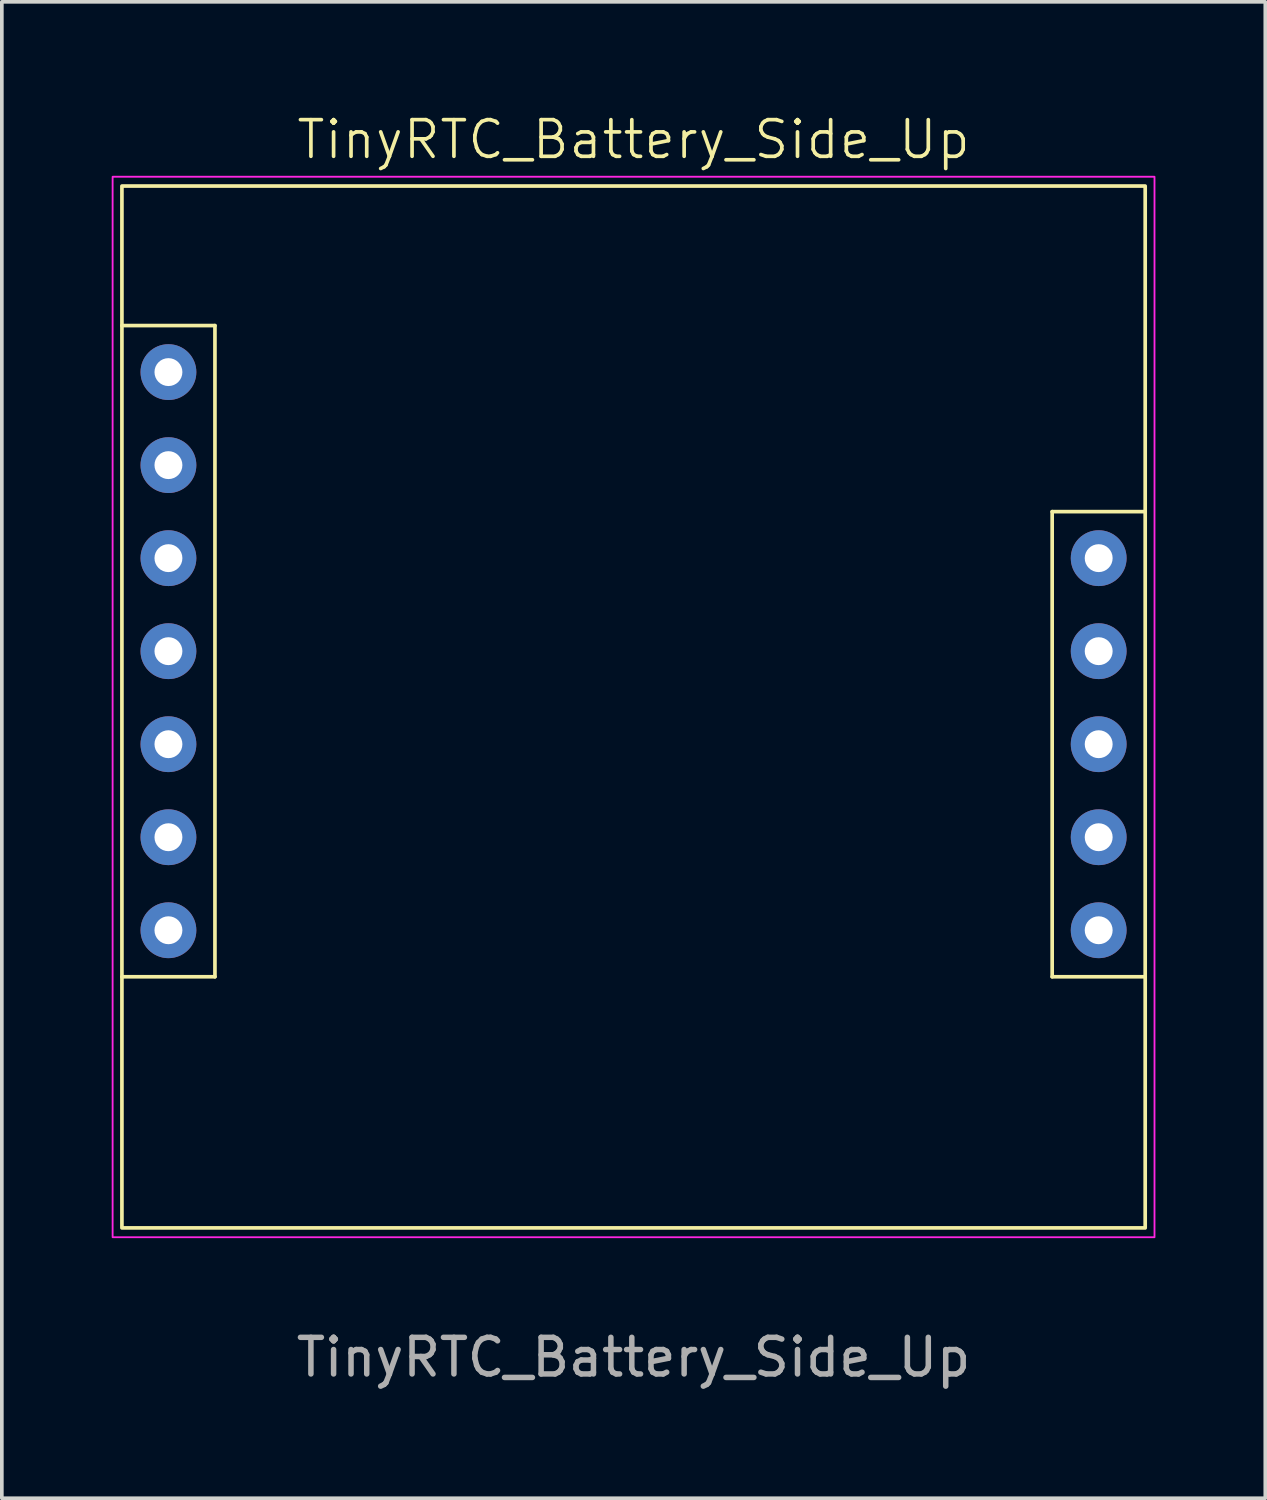
<source format=kicad_pcb>
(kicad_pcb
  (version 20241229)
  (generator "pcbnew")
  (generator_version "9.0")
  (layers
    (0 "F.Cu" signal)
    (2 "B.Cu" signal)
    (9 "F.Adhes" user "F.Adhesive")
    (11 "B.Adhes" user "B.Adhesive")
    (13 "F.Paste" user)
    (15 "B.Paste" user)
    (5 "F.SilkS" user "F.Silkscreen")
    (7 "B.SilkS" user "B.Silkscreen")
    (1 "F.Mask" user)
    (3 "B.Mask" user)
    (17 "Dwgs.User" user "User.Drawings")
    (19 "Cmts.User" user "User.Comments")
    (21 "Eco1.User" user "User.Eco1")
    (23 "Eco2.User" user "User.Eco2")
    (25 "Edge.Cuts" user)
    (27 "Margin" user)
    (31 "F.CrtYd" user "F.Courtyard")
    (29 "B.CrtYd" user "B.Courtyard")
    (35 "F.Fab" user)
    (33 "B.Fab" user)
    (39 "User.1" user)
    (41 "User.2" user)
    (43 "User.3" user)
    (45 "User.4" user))
  (footprint "TinyRTC_Battery_Side_Up"
    (layer "F.Cu")
    (at 14.249 14.73)
    (property "Reference" "TinyRTC_Battery_Side_Up" (at 0 -13.97 0) (unlocked yes) (layer "F.SilkS") (effects (font (size 1 1) (thickness 0.1))))
    (attr through_hole)
    (fp_line (start -13.97 -8.89) (end -11.43 -8.89) (stroke (width 0.1) (type default)) (layer "F.SilkS"))
    (fp_line (start -11.43 -8.89) (end -11.43 8.89) (stroke (width 0.1) (type default)) (layer "F.SilkS"))
    (fp_line (start -11.43 8.89) (end -13.97 8.89) (stroke (width 0.1) (type default)) (layer "F.SilkS"))
    (fp_line (start 11.43 -3.81) (end 11.43 8.89) (stroke (width 0.1) (type default)) (layer "F.SilkS"))
    (fp_line (start 11.43 8.89) (end 13.97 8.89) (stroke (width 0.1) (type default)) (layer "F.SilkS"))
    (fp_line (start 13.97 -3.81) (end 11.43 -3.81) (stroke (width 0.1) (type default)) (layer "F.SilkS"))
    (fp_rect (start -13.97 -12.7) (end 13.97 15.748) (stroke (width 0.1) (type default)) (fill no) (layer "F.SilkS"))
    (fp_rect (start -14.224 -12.954) (end 14.224 16.002) (stroke (width 0.05) (type default)) (fill no) (layer "F.CrtYd"))
    (fp_text user "${REFERENCE}" (at 0 19.28 0) (unlocked yes) (layer "F.Fab") (effects (font (size 1 1) (thickness 0.15))))
    (pad "1" thru_hole circle (at -12.7 -7.62) (size 1.524 1.524) (drill 0.762) (layers "*.Cu" "*.Mask"))
    (pad "2" thru_hole circle (at -12.7 -5.08) (size 1.524 1.524) (drill 0.762) (layers "*.Cu" "*.Mask"))
    (pad "2" thru_hole circle (at 12.7 -2.54) (size 1.524 1.524) (drill 0.762) (layers "*.Cu" "*.Mask"))
    (pad "3" thru_hole circle (at -12.7 -2.54) (size 1.524 1.524) (drill 0.762) (layers "*.Cu" "*.Mask"))
    (pad "3" thru_hole circle (at 12.7 0) (size 1.524 1.524) (drill 0.762) (layers "*.Cu" "*.Mask"))
    (pad "4" thru_hole circle (at -12.7 0) (size 1.524 1.524) (drill 0.762) (layers "*.Cu" "*.Mask"))
    (pad "4" thru_hole circle (at 12.7 2.54) (size 1.524 1.524) (drill 0.762) (layers "*.Cu" "*.Mask"))
    (pad "5" thru_hole circle (at -12.7 2.54) (size 1.524 1.524) (drill 0.762) (layers "*.Cu" "*.Mask"))
    (pad "5" thru_hole circle (at 12.7 5.08) (size 1.524 1.524) (drill 0.762) (layers "*.Cu" "*.Mask"))
    (pad "6" thru_hole circle (at -12.7 5.08) (size 1.524 1.524) (drill 0.762) (layers "*.Cu" "*.Mask"))
    (pad "6" thru_hole circle (at 12.7 7.62) (size 1.524 1.524) (drill 0.762) (layers "*.Cu" "*.Mask"))
    (pad "7" thru_hole circle (at -12.7 7.62) (size 1.524 1.524) (drill 0.762) (layers "*.Cu" "*.Mask")))
  (gr_rect
    (start -3 -3)
    (end 31.498 37.859)
    (stroke (width 0.1) (type default))
    (fill no)
    (layer "Edge.Cuts")))
</source>
